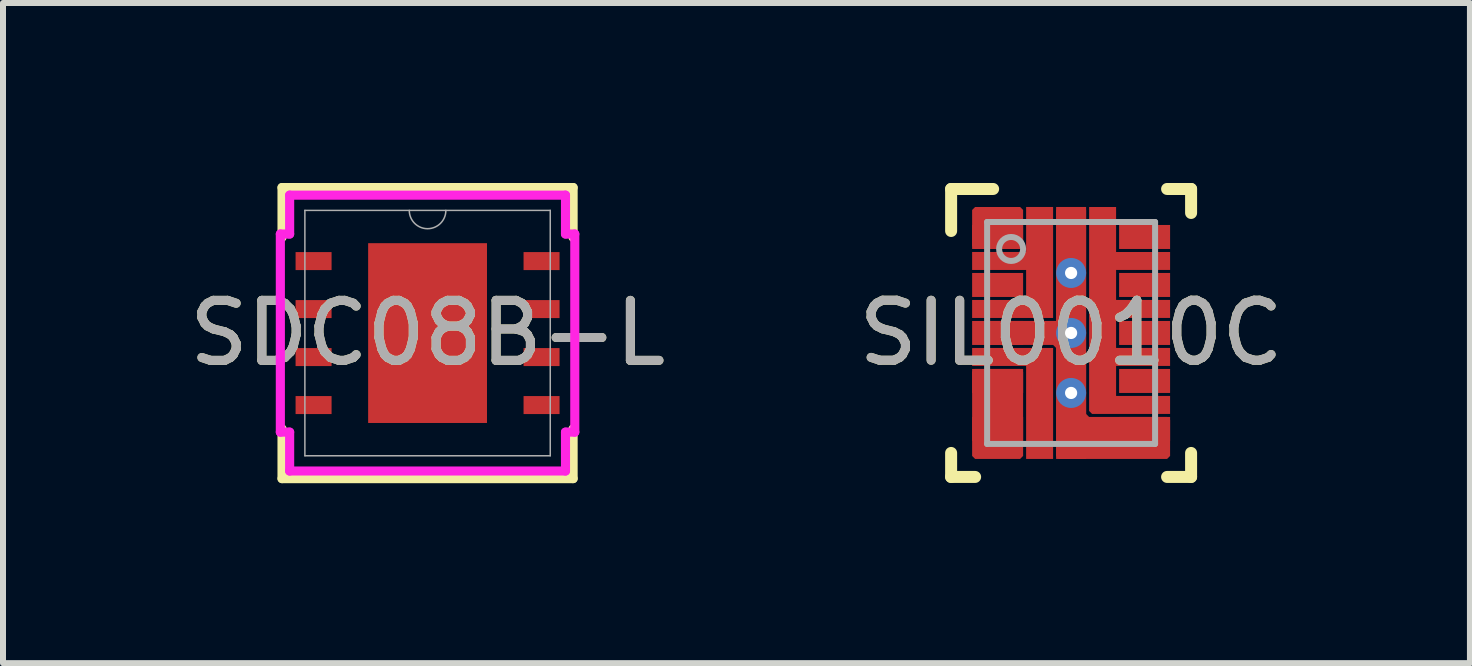
<source format=kicad_pcb>
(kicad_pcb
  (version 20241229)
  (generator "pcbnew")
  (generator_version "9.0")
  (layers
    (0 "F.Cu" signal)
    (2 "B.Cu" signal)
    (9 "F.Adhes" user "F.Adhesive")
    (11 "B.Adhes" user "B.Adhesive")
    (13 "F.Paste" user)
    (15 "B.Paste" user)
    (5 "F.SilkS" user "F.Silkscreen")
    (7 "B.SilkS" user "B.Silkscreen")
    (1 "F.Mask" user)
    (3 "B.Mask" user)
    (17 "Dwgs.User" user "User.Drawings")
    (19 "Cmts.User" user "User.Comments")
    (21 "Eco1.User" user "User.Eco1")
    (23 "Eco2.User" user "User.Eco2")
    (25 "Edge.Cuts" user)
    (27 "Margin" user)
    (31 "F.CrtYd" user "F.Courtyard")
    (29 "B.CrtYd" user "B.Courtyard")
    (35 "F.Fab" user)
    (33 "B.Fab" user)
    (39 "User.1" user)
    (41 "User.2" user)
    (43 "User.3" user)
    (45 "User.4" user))
  (footprint "SDC08B-L"
    (layer "F.Cu")
    (at 4.077 2.502)
    (property "Reference" "SDC08B-L" (at 0 0 0) (unlocked yes) (layer "F.SilkS") (effects (font (size 1 1) (thickness 0.15))))
    (attr smd)
    (fp_line (start -2.426 -2.426) (end -2.426 -1.594) (stroke (width 0.152) (type solid)) (layer "F.SilkS"))
    (fp_line (start -2.426 1.594) (end -2.426 2.426) (stroke (width 0.152) (type solid)) (layer "F.SilkS"))
    (fp_line (start -2.426 2.426) (end 2.426 2.426) (stroke (width 0.152) (type solid)) (layer "F.SilkS"))
    (fp_line (start 2.426 -2.426) (end -2.426 -2.426) (stroke (width 0.152) (type solid)) (layer "F.SilkS"))
    (fp_line (start 2.426 -1.594) (end 2.426 -2.426) (stroke (width 0.152) (type solid)) (layer "F.SilkS"))
    (fp_line (start 2.426 2.426) (end 2.426 1.594) (stroke (width 0.152) (type solid)) (layer "F.SilkS"))
    (fp_poly (pts (xy -2.403 -1.35) (xy -2.403 -1.05) (xy -1.803 -1.05) (xy -1.803 -1.35)) (stroke (width 0) (type solid)) (fill yes) (layer "F.Paste"))
    (fp_poly (pts (xy -2.403 -0.55) (xy -2.403 -0.25) (xy -1.803 -0.25) (xy -1.803 -0.55)) (stroke (width 0) (type solid)) (fill yes) (layer "F.Paste"))
    (fp_poly (pts (xy -2.403 0.25) (xy -2.403 0.55) (xy -1.803 0.55) (xy -1.803 0.25)) (stroke (width 0) (type solid)) (fill yes) (layer "F.Paste"))
    (fp_poly (pts (xy -2.403 1.05) (xy -2.403 1.35) (xy -1.803 1.35) (xy -1.803 1.05)) (stroke (width 0) (type solid)) (fill yes) (layer "F.Paste"))
    (fp_poly (pts (xy -0.887 -1.395) (xy -0.887 -0.1) (xy -0.1 -0.1) (xy -0.1 -1.395)) (stroke (width 0) (type solid)) (fill yes) (layer "F.Paste"))
    (fp_poly (pts (xy -0.887 0.1) (xy -0.887 1.395) (xy -0.1 1.395) (xy -0.1 0.1)) (stroke (width 0) (type solid)) (fill yes) (layer "F.Paste"))
    (fp_poly (pts (xy 0.1 -1.395) (xy 0.1 -0.1) (xy 0.887 -0.1) (xy 0.887 -1.395)) (stroke (width 0) (type solid)) (fill yes) (layer "F.Paste"))
    (fp_poly (pts (xy 0.1 0.1) (xy 0.1 1.395) (xy 0.887 1.395) (xy 0.887 0.1)) (stroke (width 0) (type solid)) (fill yes) (layer "F.Paste"))
    (fp_poly (pts (xy 1.803 -1.35) (xy 1.803 -1.05) (xy 2.403 -1.05) (xy 2.403 -1.35)) (stroke (width 0) (type solid)) (fill yes) (layer "F.Paste"))
    (fp_poly (pts (xy 1.803 -0.55) (xy 1.803 -0.25) (xy 2.403 -0.25) (xy 2.403 -0.55)) (stroke (width 0) (type solid)) (fill yes) (layer "F.Paste"))
    (fp_poly (pts (xy 1.803 0.25) (xy 1.803 0.55) (xy 2.403 0.55) (xy 2.403 0.25)) (stroke (width 0) (type solid)) (fill yes) (layer "F.Paste"))
    (fp_poly (pts (xy 1.803 1.05) (xy 1.803 1.35) (xy 2.403 1.35) (xy 2.403 1.05)) (stroke (width 0) (type solid)) (fill yes) (layer "F.Paste"))
    (fp_line (start -2.454 -1.651) (end -2.299 -1.651) (stroke (width 0.152) (type solid)) (layer "F.CrtYd"))
    (fp_line (start -2.454 1.651) (end -2.454 -1.651) (stroke (width 0.152) (type solid)) (layer "F.CrtYd"))
    (fp_line (start -2.454 1.651) (end -2.299 1.651) (stroke (width 0.152) (type solid)) (layer "F.CrtYd"))
    (fp_line (start -2.299 -2.299) (end 2.299 -2.299) (stroke (width 0.152) (type solid)) (layer "F.CrtYd"))
    (fp_line (start -2.299 -1.651) (end -2.299 -2.299) (stroke (width 0.152) (type solid)) (layer "F.CrtYd"))
    (fp_line (start -2.299 2.299) (end -2.299 1.651) (stroke (width 0.152) (type solid)) (layer "F.CrtYd"))
    (fp_line (start 2.299 -2.299) (end 2.299 -1.651) (stroke (width 0.152) (type solid)) (layer "F.CrtYd"))
    (fp_line (start 2.299 1.651) (end 2.299 2.299) (stroke (width 0.152) (type solid)) (layer "F.CrtYd"))
    (fp_line (start 2.299 2.299) (end -2.299 2.299) (stroke (width 0.152) (type solid)) (layer "F.CrtYd"))
    (fp_line (start 2.454 -1.651) (end 2.299 -1.651) (stroke (width 0.152) (type solid)) (layer "F.CrtYd"))
    (fp_line (start 2.454 -1.651) (end 2.454 1.651) (stroke (width 0.152) (type solid)) (layer "F.CrtYd"))
    (fp_line (start 2.454 1.651) (end 2.299 1.651) (stroke (width 0.152) (type solid)) (layer "F.CrtYd"))
    (fp_line (start -2.045 -2.045) (end -2.045 2.045) (stroke (width 0.025) (type solid)) (layer "F.Fab"))
    (fp_line (start -2.045 2.045) (end 2.045 2.045) (stroke (width 0.025) (type solid)) (layer "F.Fab"))
    (fp_line (start 2.045 -2.045) (end -2.045 -2.045) (stroke (width 0.025) (type solid)) (layer "F.Fab"))
    (fp_line (start 2.045 2.045) (end 2.045 -2.045) (stroke (width 0.025) (type solid)) (layer "F.Fab"))
    (fp_arc (start 0.3048 -2.0447) (mid 0 -1.7399) (end -0.3048 -2.0447) (stroke (width 0.0254) (type solid)) (layer "F.Fab"))
    (fp_text user "${REFERENCE}" (at 0 0 0) (unlocked yes) (layer "F.Fab") (effects (font (size 1 1) (thickness 0.15))))
    (pad "1" smd rect (at -1.9 -1.2) (size 0.6 0.3) (layers "F.Cu" "F.Mask"))
    (pad "2" smd rect (at -1.9 -0.4) (size 0.6 0.3) (layers "F.Cu" "F.Mask"))
    (pad "3" smd rect (at -1.9 0.4) (size 0.6 0.3) (layers "F.Cu" "F.Mask"))
    (pad "4" smd rect (at -1.9 1.2) (size 0.6 0.3) (layers "F.Cu" "F.Mask"))
    (pad "5" smd rect (at 1.9 1.2) (size 0.6 0.3) (layers "F.Cu" "F.Mask"))
    (pad "6" smd rect (at 1.9 0.4) (size 0.6 0.3) (layers "F.Cu" "F.Mask"))
    (pad "7" smd rect (at 1.9 -0.4) (size 0.6 0.3) (layers "F.Cu" "F.Mask"))
    (pad "8" smd rect (at 1.9 -1.2) (size 0.6 0.3) (layers "F.Cu" "F.Mask"))
    (pad "9" smd rect (at 0 0) (size 1.981 2.997) (layers "F.Cu" "F.Mask")))
  (footprint "SIL0010C"
    (layer "F.Cu")
    (at 14.804 2.5)
    (property "Reference" "SIL0010C" (at 0 0 0) (unlocked yes) (layer "F.SilkS") (effects (font (size 1 1) (thickness 0.15))))
    (attr smd)
    (fp_poly (pts (xy -1.65 0.55) (xy -1.65 0.25) (xy -0.3 0.25) (xy -0.3 2.1) (xy -0.75 2.1) (xy -0.75 0.55)) (stroke (width 0) (type solid)) (fill yes) (layer "F.Cu"))
    (fp_poly (pts (xy -1.6 0.6) (xy -0.85 0.6) (xy -0.8 0.65) (xy -0.8 2.05) (xy -0.85 2.1) (xy -1.6 2.1) (xy -1.65 2.05) (xy -1.65 0.65)) (stroke (width 0) (type solid)) (fill yes) (layer "F.Cu"))
    (fp_poly (pts (xy -1.6 -1.4) (xy -0.85 -1.4) (xy -0.8 -1.45) (xy -0.8 -2.05) (xy -0.85 -2.1) (xy -1.6 -2.1) (xy -1.65 -2.05) (xy -1.65 -1.45)) (stroke (width 0) (type solid)) (fill yes) (layer "F.Cu"))
    (fp_poly (pts (xy -1.65 -0.55) (xy -0.75 -0.55) (xy -0.75 -1.05) (xy -1.65 -1.05) (xy -1.65 -1.35) (xy -0.75 -1.35) (xy -0.75 -2.1) (xy -0.3 -2.1) (xy -0.3 -0.25) (xy -1.65 -0.25)) (stroke (width 0) (type solid)) (fill yes) (layer "F.Cu"))
    (fp_poly (pts (xy -0.2 -2.1) (xy 0.2 -2.1) (xy 0.25 -2.05) (xy 0.25 1.35) (xy 0.3 1.4) (xy 1.6 1.4) (xy 1.65 1.45) (xy 1.65 2.05) (xy 1.6 2.1) (xy -0.2 2.1) (xy -0.25 2.05) (xy -0.25 0.25) (xy -0.3 0.2) (xy -1.375 0.2) (xy -1.375 -0.2) (xy -0.25 -0.2) (xy -0.25 -2.05)) (stroke (width 0) (type solid)) (fill yes) (layer "F.Cu"))
    (fp_poly (pts (xy 1.65 -1.35) (xy 1.65 -1.05) (xy 0.75 -1.05) (xy 0.75 -0.55) (xy 1.65 -0.55) (xy 1.65 -0.25) (xy 0.75 -0.25) (xy 0.75 0.25) (xy 1.65 0.25) (xy 1.65 0.55) (xy 0.75 0.55) (xy 0.75 1.05) (xy 1.65 1.05) (xy 1.65 1.35) (xy 0.35 1.35) (xy 0.3 1.3) (xy 0.3 -2.1) (xy 0.75 -2.1) (xy 0.75 -1.35)) (stroke (width 0) (type solid)) (fill yes) (layer "F.Cu"))
    (fp_line (start -2 -2.4) (end -1.3 -2.4) (stroke (width 0.2) (type solid)) (layer "F.SilkS"))
    (fp_line (start -2 -1.7) (end -2 -2.4) (stroke (width 0.2) (type solid)) (layer "F.SilkS"))
    (fp_line (start -2 2.4) (end -2 2) (stroke (width 0.2) (type solid)) (layer "F.SilkS"))
    (fp_line (start -2 2.4) (end -1.6 2.4) (stroke (width 0.2) (type solid)) (layer "F.SilkS"))
    (fp_line (start 1.6 -2.4) (end 2 -2.4) (stroke (width 0.2) (type solid)) (layer "F.SilkS"))
    (fp_line (start 1.6 2.4) (end 2 2.4) (stroke (width 0.2) (type solid)) (layer "F.SilkS"))
    (fp_line (start 2 -2) (end 2 -2.4) (stroke (width 0.2) (type solid)) (layer "F.SilkS"))
    (fp_line (start 2 2.4) (end 2 2) (stroke (width 0.2) (type solid)) (layer "F.SilkS"))
    (fp_poly (pts (xy -0.2 -1.15) (xy -0.15 -1.1) (xy 0.15 -1.1) (xy 0.2 -1.15) (xy 0.2 -1.85) (xy 0.15 -1.9) (xy -0.15 -1.9) (xy -0.2 -1.85)) (stroke (width 0) (type solid)) (fill yes) (layer "F.Paste"))
    (fp_poly (pts (xy -0.2 -0.15) (xy -0.15 -0.1) (xy 0.15 -0.1) (xy 0.2 -0.15) (xy 0.2 -0.85) (xy 0.15 -0.9) (xy -0.15 -0.9) (xy -0.2 -0.85)) (stroke (width 0) (type solid)) (fill yes) (layer "F.Paste"))
    (fp_poly (pts (xy 0.2 0.15) (xy 0.15 0.1) (xy -0.15 0.1) (xy -0.2 0.15) (xy -0.2 0.85) (xy -0.15 0.9) (xy 0.15 0.9) (xy 0.2 0.85)) (stroke (width 0) (type solid)) (fill yes) (layer "F.Paste"))
    (fp_poly (pts (xy 0.2 1.15) (xy 0.15 1.1) (xy -0.15 1.1) (xy -0.2 1.15) (xy -0.2 1.85) (xy -0.15 1.9) (xy 0.15 1.9) (xy 0.2 1.85)) (stroke (width 0) (type solid)) (fill yes) (layer "F.Paste"))
    (fp_line (start -1.4 -1.85) (end 1.4 -1.85) (stroke (width 0.1) (type solid)) (layer "F.Fab"))
    (fp_line (start -1.4 1.85) (end -1.4 -1.85) (stroke (width 0.1) (type solid)) (layer "F.Fab"))
    (fp_line (start -1.4 1.85) (end 1.4 1.85) (stroke (width 0.1) (type solid)) (layer "F.Fab"))
    (fp_line (start 1.4 1.85) (end 1.4 -1.85) (stroke (width 0.1) (type solid)) (layer "F.Fab"))
    (fp_circle (center -1 -1.4) (end -0.8 -1.4) (stroke (width 0.1) (type solid)) (fill no) (layer "F.Fab"))
    (fp_text user "${REFERENCE}" (at 0 0 0) (unlocked yes) (layer "F.Fab") (effects (font (size 1 1) (thickness 0.15))))
    (pad "1" smd rect (at -1.225 -1.6) (size 0.85 0.4) (layers "F.Cu" "F.Mask" "F.Paste"))
    (pad "2" smd rect (at -1.225 -0.8) (size 0.85 0.4) (layers "F.Cu" "F.Mask" "F.Paste"))
    (pad "3" smd rect (at -1.225 -0.000003) (size 0.85 0.4) (layers "F.Cu" "F.Mask" "F.Paste"))
    (pad "4" smd rect (at -1.225 0.8) (size 0.85 0.4) (layers "F.Cu" "F.Mask" "F.Paste"))
    (pad "5" smd rect (at -1.225 1.6) (size 0.85 0.4) (layers "F.Cu" "F.Mask" "F.Paste"))
    (pad "6" smd rect (at 1.225 1.6) (size 0.85 0.4) (layers "F.Cu" "F.Mask" "F.Paste"))
    (pad "7" smd rect (at 1.225 0.8) (size 0.85 0.4) (layers "F.Cu" "F.Mask" "F.Paste"))
    (pad "8" smd rect (at 1.225 0.000003) (size 0.85 0.4) (layers "F.Cu" "F.Mask" "F.Paste"))
    (pad "9" smd rect (at 1.225 -0.8) (size 0.85 0.4) (layers "F.Cu" "F.Mask" "F.Paste"))
    (pad "10" smd rect (at 1.225 -1.6) (size 0.85 0.4) (layers "F.Cu" "F.Mask" "F.Paste"))
    (pad "11" smd rect (at 0 0 90) (size 4.2 0.5) (layers "F.Cu" "F.Mask"))
    (pad "V" thru_hole circle (at 0 -1) (size 0.5 0.5) (drill 0.203) (layers "*.Cu" "*.Mask"))
    (pad "V" thru_hole circle (at 0 0) (size 0.5 0.5) (drill 0.203) (layers "*.Cu" "*.Mask"))
    (pad "V" thru_hole circle (at 0 1) (size 0.5 0.5) (drill 0.203) (layers "*.Cu" "*.Mask")))
  (gr_rect
    (start -3 -3)
    (end 21.452 8.004)
    (stroke (width 0.1) (type default))
    (fill no)
    (layer "Edge.Cuts")))
</source>
